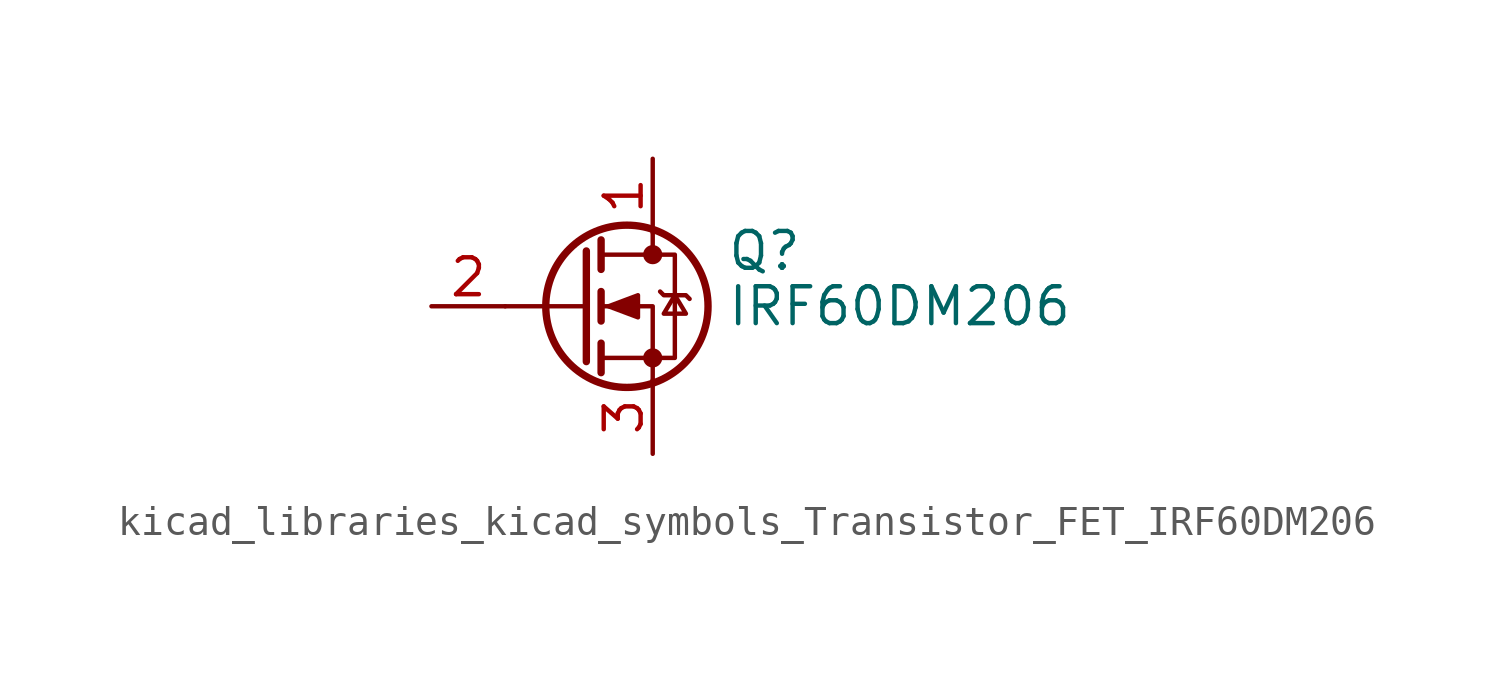
<source format=kicad_sym>
(kicad_symbol_lib
  (version 20220914)
  (generator kicad_symbol_editor)
  (symbol "kicad_libraries_kicad_symbols_Transistor_FET_IRF60DM206"
    (pin_names hide)
    (property "Reference" "Q"
      (at 5.08 1.905 0)
      (effects (font (size 1.27 1.27)) (justify left)))
    (property "Value" "IRF60DM206"
      (at 5.08 0 0)
      (effects (font (size 1.27 1.27)) (justify left)))
    (symbol "kicad_libraries_kicad_symbols_Transistor_FET_IRF60DM206_0_1"
      (polyline (pts (xy 0.254 0) (xy -2.54 0)) (stroke (width 0) (type default)) (fill (type none)))
      (polyline (pts (xy 0.254 1.905) (xy 0.254 -1.905)) (stroke (width 0.254) (type default)) (fill (type none)))
      (polyline (pts (xy 0.762 -1.27) (xy 0.762 -2.286)) (stroke (width 0.254) (type default)) (fill (type none)))
      (polyline (pts (xy 0.762 0.508) (xy 0.762 -0.508)) (stroke (width 0.254) (type default)) (fill (type none)))
      (polyline (pts (xy 0.762 2.286) (xy 0.762 1.27)) (stroke (width 0.254) (type default)) (fill (type none)))
      (polyline (pts (xy 2.54 2.54) (xy 2.54 1.778)) (stroke (width 0) (type default)) (fill (type none)))
      (polyline (pts (xy 2.54 -2.54) (xy 2.54 0) (xy 0.762 0)) (stroke (width 0) (type default)) (fill (type none)))
      (polyline (pts (xy 0.762 -1.778) (xy 3.302 -1.778) (xy 3.302 1.778) (xy 0.762 1.778)) (stroke (width 0) (type default)) (fill (type none)))
      (polyline (pts (xy 1.016 0) (xy 2.032 0.381) (xy 2.032 -0.381) (xy 1.016 0)) (stroke (width 0) (type default)) (fill (type outline)))
      (polyline (pts (xy 2.794 0.508) (xy 2.921 0.381) (xy 3.683 0.381) (xy 3.81 0.254)) (stroke (width 0) (type default)) (fill (type none)))
      (polyline (pts (xy 3.302 0.381) (xy 2.921 -0.254) (xy 3.683 -0.254) (xy 3.302 0.381)) (stroke (width 0) (type default)) (fill (type none)))
      (circle (center 1.651 0) (radius 2.794) (stroke (width 0.254) (type default)) (fill (type none)))
      (circle (center 2.54 -1.778) (radius 0.254) (stroke (width 0) (type default)) (fill (type outline)))
      (circle (center 2.54 1.778) (radius 0.254) (stroke (width 0) (type default)) (fill (type outline))))
    (symbol "kicad_libraries_kicad_symbols_Transistor_FET_IRF60DM206_1_1"
      (pin passive line (at 2.54 5.08 270) (length 2.54) (name "D" (effects (font (size 1.27 1.27)))) (number "1" (effects (font (size 1.27 1.27)))))
      (pin input line (at -5.08 0 0) (length 2.54) (name "G" (effects (font (size 1.27 1.27)))) (number "2" (effects (font (size 1.27 1.27)))))
      (pin passive line (at 2.54 -5.08 90) (length 2.54) (name "S" (effects (font (size 1.27 1.27)))) (number "3" (effects (font (size 1.27 1.27))))))))
</source>
